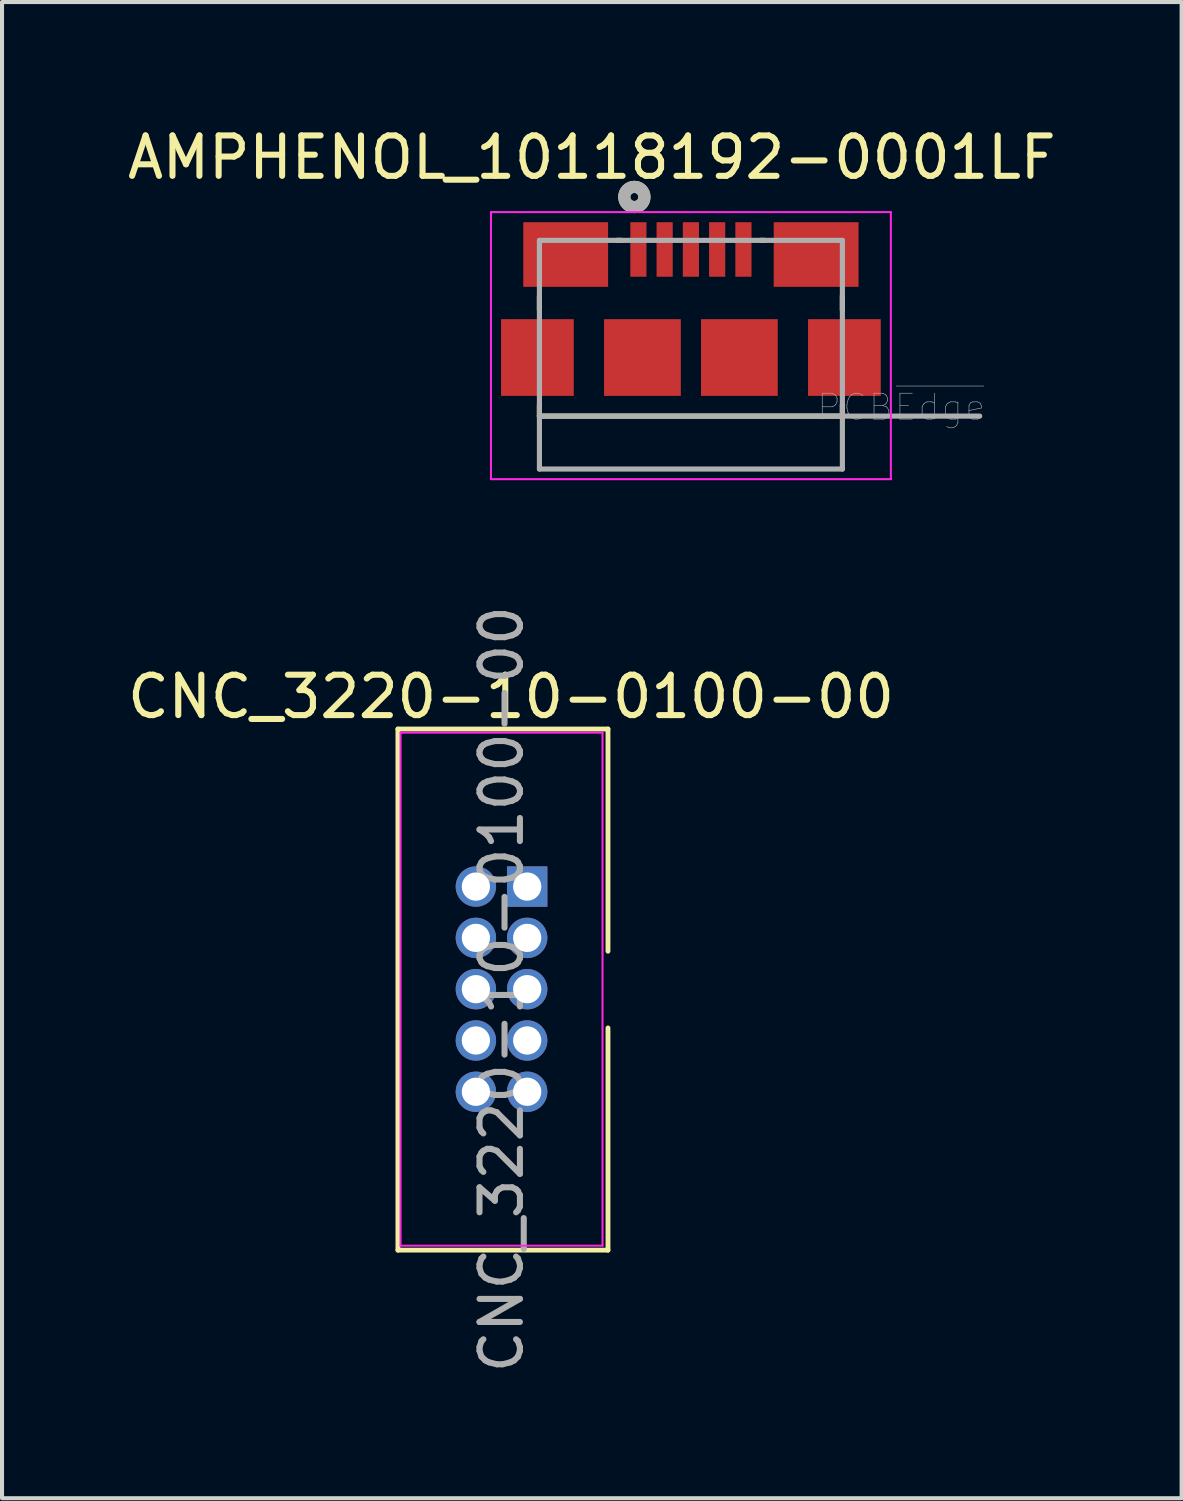
<source format=kicad_pcb>
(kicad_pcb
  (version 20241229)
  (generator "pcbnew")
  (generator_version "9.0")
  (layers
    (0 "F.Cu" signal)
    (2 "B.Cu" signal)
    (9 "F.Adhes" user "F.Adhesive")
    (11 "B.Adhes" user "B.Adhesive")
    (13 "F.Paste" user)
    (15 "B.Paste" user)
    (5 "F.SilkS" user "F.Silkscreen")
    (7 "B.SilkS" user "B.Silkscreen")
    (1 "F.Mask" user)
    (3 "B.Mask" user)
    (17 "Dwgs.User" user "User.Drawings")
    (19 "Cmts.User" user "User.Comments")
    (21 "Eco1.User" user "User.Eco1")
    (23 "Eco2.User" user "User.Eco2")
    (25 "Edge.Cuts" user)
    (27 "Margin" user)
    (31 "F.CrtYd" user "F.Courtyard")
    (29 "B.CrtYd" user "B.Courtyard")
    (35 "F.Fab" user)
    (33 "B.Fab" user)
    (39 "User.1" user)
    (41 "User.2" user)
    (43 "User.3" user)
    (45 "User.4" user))
  (footprint "CNC_3220-10-0100-00"
    (layer "F.Cu")
    (at 10.001 18.898)
    (property "Reference" "CNC_3220-10-0100-00" (at -0.4 -4.7 0) (layer "F.SilkS") (effects (font (size 1 1) (thickness 0.15))))
    (attr through_hole)
    (fp_line (start -3.2 -3.9) (end 2 -3.9) (stroke (width 0.12) (type solid)) (layer "F.SilkS"))
    (fp_line (start -3.2 9) (end -3.2 -3.9) (stroke (width 0.12) (type solid)) (layer "F.SilkS"))
    (fp_line (start 2 -3.9) (end 2 1.6) (stroke (width 0.12) (type solid)) (layer "F.SilkS"))
    (fp_line (start 2 3.5) (end 2 9) (stroke (width 0.12) (type solid)) (layer "F.SilkS"))
    (fp_line (start 2 9) (end -3.2 9) (stroke (width 0.12) (type solid)) (layer "F.SilkS"))
    (fp_line (start -3.135 -3.81) (end -3.135 8.89) (stroke (width 0.05) (type solid)) (layer "F.CrtYd"))
    (fp_line (start -3.135 -3.81) (end 1.865 -3.81) (stroke (width 0.05) (type solid)) (layer "F.CrtYd"))
    (fp_line (start -3.135 8.89) (end 1.865 8.89) (stroke (width 0.05) (type solid)) (layer "F.CrtYd"))
    (fp_line (start 1.865 -3.81) (end 1.865 8.89) (stroke (width 0.05) (type solid)) (layer "F.CrtYd"))
    (fp_text user "${REFERENCE}" (at -0.635 2.54 90) (layer "F.Fab") (effects (font (size 1 1) (thickness 0.15))))
    (pad "1" thru_hole rect (at 0 0) (size 1 1) (drill 0.7) (layers "*.Cu" "*.Mask"))
    (pad "2" thru_hole oval (at -1.27 0) (size 1 1) (drill 0.7) (layers "*.Cu" "*.Mask"))
    (pad "3" thru_hole oval (at 0 1.27) (size 1 1) (drill 0.7) (layers "*.Cu" "*.Mask"))
    (pad "4" thru_hole oval (at -1.27 1.27) (size 1 1) (drill 0.7) (layers "*.Cu" "*.Mask"))
    (pad "5" thru_hole oval (at 0 2.54) (size 1 1) (drill 0.7) (layers "*.Cu" "*.Mask"))
    (pad "6" thru_hole oval (at -1.27 2.54) (size 1 1) (drill 0.7) (layers "*.Cu" "*.Mask"))
    (pad "7" thru_hole oval (at 0 3.81) (size 1 1) (drill 0.7) (layers "*.Cu" "*.Mask"))
    (pad "8" thru_hole oval (at -1.27 3.81) (size 1 1) (drill 0.7) (layers "*.Cu" "*.Mask"))
    (pad "9" thru_hole oval (at 0 5.08) (size 1 1) (drill 0.7) (layers "*.Cu" "*.Mask"))
    (pad "10" thru_hole oval (at -1.27 5.08) (size 1 1) (drill 0.7) (layers "*.Cu" "*.Mask")))
  (footprint "AMPHENOL_10118192-0001LF"
    (layer "F.Cu")
    (at 14.054 3.126)
    (property "Reference" "AMPHENOL_10118192-0001LF" (at -2.453 -2.278 0) (layer "F.SilkS") (effects (font (size 1 1) (thickness 0.15))))
    (attr through_hole)
    (fp_line (start -3.75 1.15) (end -3.75 1.5) (stroke (width 0.127) (type solid)) (layer "F.SilkS"))
    (fp_line (start -3.75 3.85) (end -3.75 4.125) (stroke (width 0.127) (type solid)) (layer "F.SilkS"))
    (fp_line (start -3.75 4.125) (end 3.75 4.125) (stroke (width 0.127) (type solid)) (layer "F.SilkS"))
    (fp_line (start -1.83 -0.225) (end -1.72 -0.225) (stroke (width 0.127) (type solid)) (layer "F.SilkS"))
    (fp_line (start 1.72 -0.225) (end 1.83 -0.225) (stroke (width 0.127) (type solid)) (layer "F.SilkS"))
    (fp_line (start 3.75 1.15) (end 3.75 1.5) (stroke (width 0.127) (type solid)) (layer "F.SilkS"))
    (fp_line (start 3.75 4.125) (end 3.75 3.85) (stroke (width 0.127) (type solid)) (layer "F.SilkS"))
    (fp_circle (center -1.4 -1.3) (end -1.3 -1.3) (stroke (width 0.3) (type solid)) (fill no) (layer "F.SilkS"))
    (fp_line (start -4.95 -0.925) (end 4.95 -0.925) (stroke (width 0.05) (type solid)) (layer "F.CrtYd"))
    (fp_line (start -4.95 5.686) (end -4.95 -0.925) (stroke (width 0.05) (type solid)) (layer "F.CrtYd"))
    (fp_line (start 4.95 -0.925) (end 4.95 5.686) (stroke (width 0.05) (type solid)) (layer "F.CrtYd"))
    (fp_line (start 4.95 5.686) (end -4.95 5.686) (stroke (width 0.05) (type solid)) (layer "F.CrtYd"))
    (fp_line (start -3.75 -0.225) (end 3.75 -0.225) (stroke (width 0.127) (type solid)) (layer "F.Fab"))
    (fp_line (start -3.75 4.125) (end -3.75 -0.225) (stroke (width 0.127) (type solid)) (layer "F.Fab"))
    (fp_line (start -3.75 5.436) (end -3.75 4.125) (stroke (width 0.127) (type solid)) (layer "F.Fab"))
    (fp_line (start 3.75 -0.225) (end 3.75 4.125) (stroke (width 0.127) (type solid)) (layer "F.Fab"))
    (fp_line (start 3.75 4.125) (end -3.75 4.125) (stroke (width 0.127) (type solid)) (layer "F.Fab"))
    (fp_line (start 3.75 4.125) (end 3.75 5.436) (stroke (width 0.127) (type solid)) (layer "F.Fab"))
    (fp_line (start 3.75 4.125) (end 7.15 4.125) (stroke (width 0.127) (type solid)) (layer "F.Fab"))
    (fp_line (start 3.75 5.436) (end -3.75 5.436) (stroke (width 0.127) (type solid)) (layer "F.Fab"))
    (fp_circle (center -1.4 -1.3) (end -1.3 -1.3) (stroke (width 0.3) (type solid)) (fill no) (layer "F.Fab"))
    (fp_text user "PCB~{Edge}" (at 5.205 3.904 0) (layer "F.Fab") (effects (font (size 0.641 0.641) (thickness 0.015))))
    (pad "1" smd rect (at -1.3 0) (size 0.4 1.35) (layers "F.Cu" "F.Mask" "F.Paste"))
    (pad "2" smd rect (at -0.65 0) (size 0.4 1.35) (layers "F.Cu" "F.Mask" "F.Paste"))
    (pad "3" smd rect (at 0 0) (size 0.4 1.35) (layers "F.Cu" "F.Mask" "F.Paste"))
    (pad "4" smd rect (at 0.65 0) (size 0.4 1.35) (layers "F.Cu" "F.Mask" "F.Paste"))
    (pad "5" smd rect (at 1.3 0) (size 0.4 1.35) (layers "F.Cu" "F.Mask" "F.Paste"))
    (pad "6" smd rect (at -3.8 2.675) (size 1.8 1.9) (layers "F.Cu" "F.Mask" "F.Paste"))
    (pad "6" smd rect (at -3.1 0.125) (size 2.1 1.6) (layers "F.Cu" "F.Mask" "F.Paste"))
    (pad "6" smd rect (at -1.2 2.675) (size 1.9 1.9) (layers "F.Cu" "F.Mask" "F.Paste"))
    (pad "6" smd rect (at 1.2 2.675) (size 1.9 1.9) (layers "F.Cu" "F.Mask" "F.Paste"))
    (pad "6" smd rect (at 3.1 0.125) (size 2.1 1.6) (layers "F.Cu" "F.Mask" "F.Paste"))
    (pad "6" smd rect (at 3.8 2.675) (size 1.8 1.9) (layers "F.Cu" "F.Mask" "F.Paste")))
  (gr_rect
    (start -3 -3)
    (end 26.202 34.04)
    (stroke (width 0.1) (type default))
    (fill no)
    (layer "Edge.Cuts")))
</source>
